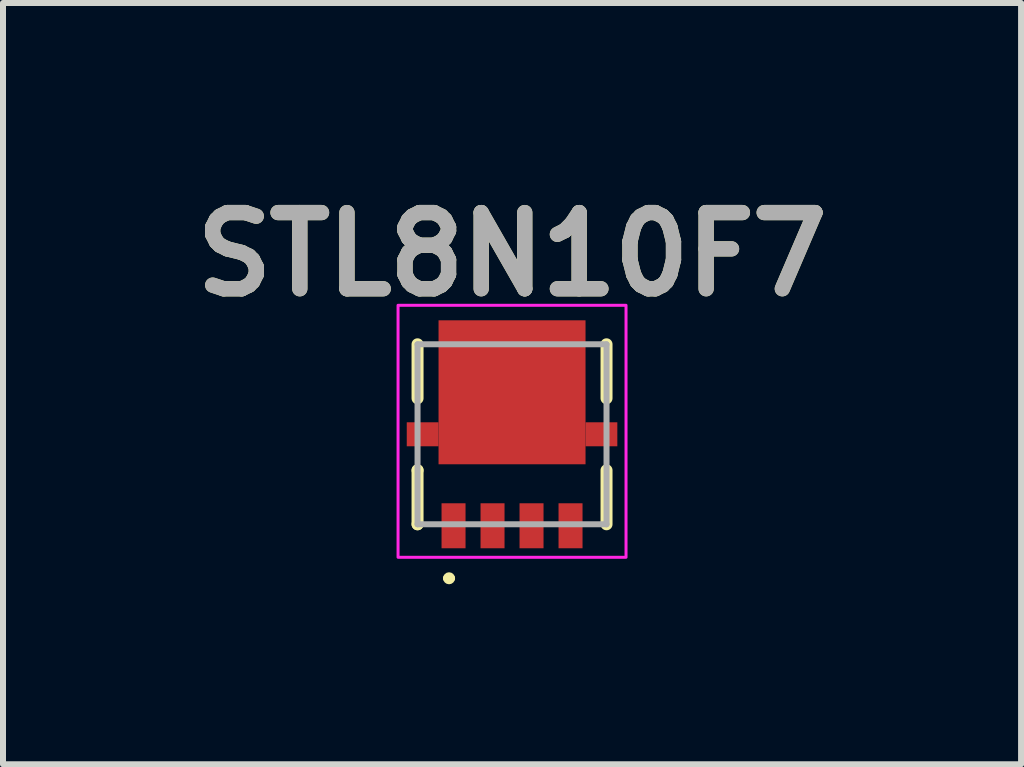
<source format=kicad_pcb>
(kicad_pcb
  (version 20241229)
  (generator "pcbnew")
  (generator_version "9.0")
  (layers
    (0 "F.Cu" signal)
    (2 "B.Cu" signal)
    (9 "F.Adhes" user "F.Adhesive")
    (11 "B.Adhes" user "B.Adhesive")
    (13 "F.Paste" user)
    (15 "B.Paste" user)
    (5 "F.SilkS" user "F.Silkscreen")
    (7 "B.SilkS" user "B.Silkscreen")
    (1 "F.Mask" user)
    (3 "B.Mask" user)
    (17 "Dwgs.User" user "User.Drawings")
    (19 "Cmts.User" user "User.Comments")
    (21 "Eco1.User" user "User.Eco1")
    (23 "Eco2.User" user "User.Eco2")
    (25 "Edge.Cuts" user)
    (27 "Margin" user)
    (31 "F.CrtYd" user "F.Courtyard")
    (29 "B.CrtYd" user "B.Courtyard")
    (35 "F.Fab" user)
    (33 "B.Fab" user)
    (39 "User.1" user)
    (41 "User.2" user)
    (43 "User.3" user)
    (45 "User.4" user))
  (footprint "STL8N10F7"
    (layer "F.Cu")
    (at 5.485 4.189)
    (property "Reference" "STL8N10F7" (at 0 -3 0) (layer "F.SilkS") (effects (font (size 1.27 1.27) (thickness 0.254))))
    (attr smd)
    (fp_line (start -1.575 -0.6) (end -1.575 -1.5) (stroke (width 0.2) (type solid)) (layer "F.SilkS"))
    (fp_line (start -1.575 0.6) (end -1.575 0.6) (stroke (width 0.2) (type solid)) (layer "F.SilkS"))
    (fp_line (start -1.575 0.6) (end -1.575 1.5) (stroke (width 0.2) (type solid)) (layer "F.SilkS"))
    (fp_line (start -1.575 1.5) (end -1.575 1.5) (stroke (width 0.2) (type solid)) (layer "F.SilkS"))
    (fp_line (start -1.1 2.4) (end -1.1 2.4) (stroke (width 0.1) (type solid)) (layer "F.SilkS"))
    (fp_line (start -1 2.4) (end -1 2.4) (stroke (width 0.1) (type solid)) (layer "F.SilkS"))
    (fp_line (start 1.575 -1.5) (end 1.575 -0.6) (stroke (width 0.2) (type solid)) (layer "F.SilkS"))
    (fp_line (start 1.575 0.6) (end 1.575 1.5) (stroke (width 0.2) (type solid)) (layer "F.SilkS"))
    (fp_arc (start -1.1 2.4) (mid -1.05 2.35) (end -1 2.4) (stroke (width 0.1) (type solid)) (layer "F.SilkS"))
    (fp_arc (start -1 2.4) (mid -1.05 2.45) (end -1.1 2.4) (stroke (width 0.1) (type solid)) (layer "F.SilkS"))
    (fp_rect (start -1.9 -2.15) (end 1.9 2.05) (stroke (width 0.05) (type default)) (fill no) (layer "F.CrtYd"))
    (fp_line (start -1.575 -1.5) (end 1.575 -1.5) (stroke (width 0.1) (type solid)) (layer "F.Fab"))
    (fp_line (start -1.575 1.5) (end -1.575 -1.5) (stroke (width 0.1) (type solid)) (layer "F.Fab"))
    (fp_line (start 1.575 -1.5) (end 1.575 1.5) (stroke (width 0.1) (type solid)) (layer "F.Fab"))
    (fp_line (start 1.575 1.5) (end -1.575 1.5) (stroke (width 0.1) (type solid)) (layer "F.Fab"))
    (fp_text user "${REFERENCE}" (at 0 -3 0) (layer "F.Fab") (effects (font (size 1.27 1.27) (thickness 0.254))))
    (pad "1" smd rect (at -0.975 1.525) (size 0.4 0.75) (layers "F.Cu" "F.Mask" "F.Paste"))
    (pad "2" smd rect (at -0.325 1.525) (size 0.4 0.75) (layers "F.Cu" "F.Mask" "F.Paste"))
    (pad "3" smd rect (at 0.325 1.525) (size 0.4 0.75) (layers "F.Cu" "F.Mask" "F.Paste"))
    (pad "4" smd rect (at 0.975 1.525) (size 0.4 0.75) (layers "F.Cu" "F.Mask" "F.Paste"))
    (pad "5" smd rect (at 0 -0.7 90) (size 2.4 2.45) (layers "F.Cu" "F.Mask" "F.Paste"))
    (pad "6" smd rect (at -1.49 0 90) (size 0.4 0.53) (layers "F.Cu" "F.Mask" "F.Paste"))
    (pad "7" smd rect (at 1.49 0 90) (size 0.4 0.53) (layers "F.Cu" "F.Mask" "F.Paste")))
  (gr_rect
    (start -3 -3)
    (end 13.97 9.689)
    (stroke (width 0.1) (type default))
    (fill no)
    (layer "Edge.Cuts")))
</source>
